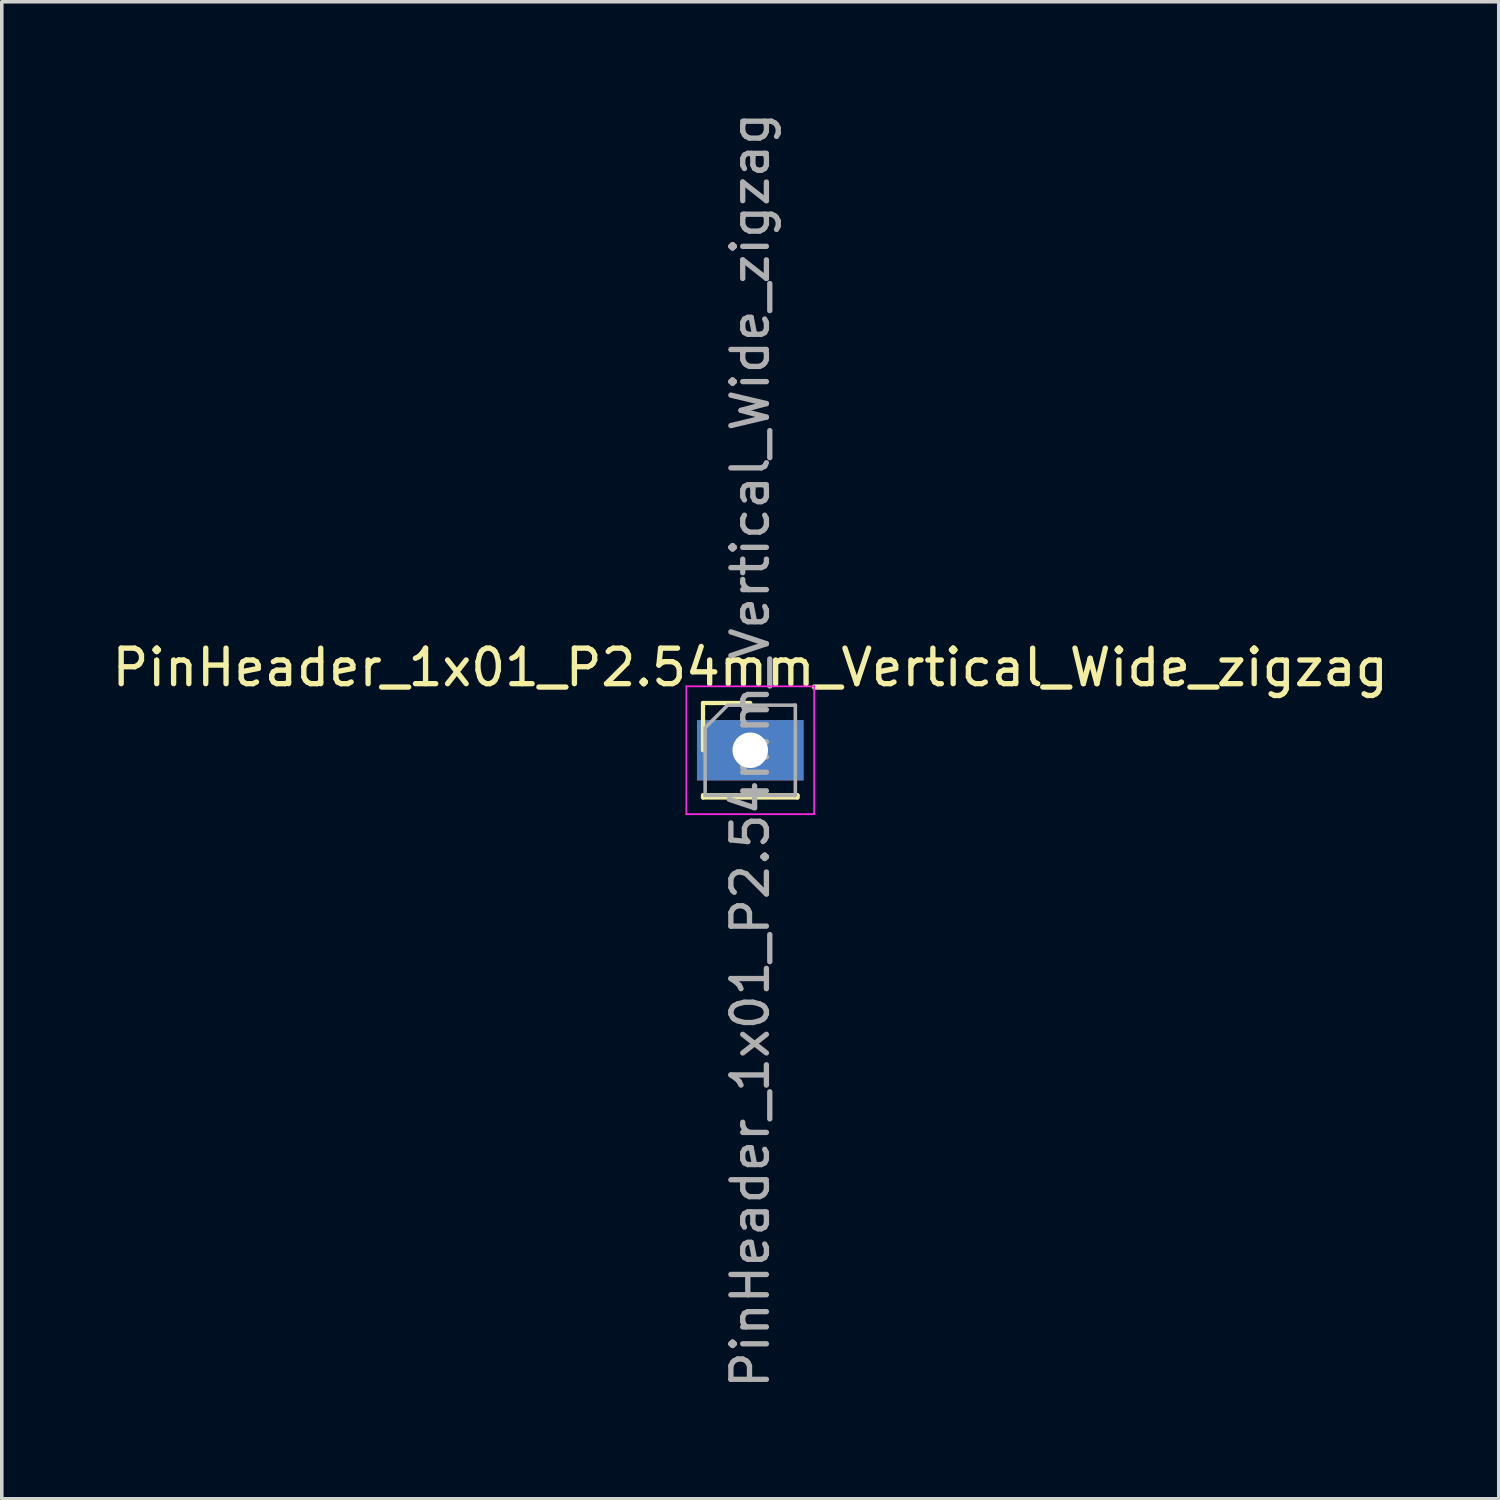
<source format=kicad_pcb>
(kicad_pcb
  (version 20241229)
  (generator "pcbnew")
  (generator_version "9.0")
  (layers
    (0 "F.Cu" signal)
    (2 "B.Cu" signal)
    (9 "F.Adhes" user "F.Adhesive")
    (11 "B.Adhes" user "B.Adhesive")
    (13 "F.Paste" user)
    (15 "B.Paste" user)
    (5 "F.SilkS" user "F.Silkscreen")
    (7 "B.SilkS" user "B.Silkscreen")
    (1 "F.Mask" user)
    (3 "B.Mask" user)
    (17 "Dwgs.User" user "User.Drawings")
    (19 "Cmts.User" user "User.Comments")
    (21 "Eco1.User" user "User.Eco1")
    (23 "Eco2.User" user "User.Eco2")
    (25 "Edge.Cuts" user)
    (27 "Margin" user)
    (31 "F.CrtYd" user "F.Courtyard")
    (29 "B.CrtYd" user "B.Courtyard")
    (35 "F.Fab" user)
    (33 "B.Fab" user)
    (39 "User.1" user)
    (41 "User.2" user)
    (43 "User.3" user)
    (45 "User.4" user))
  (footprint "PinHeader_1x01_P2.54mm_Vertical_Wide_zigzag"
    (layer "F.Cu")
    (at 18.077 18.077)
    (property "Reference" "PinHeader_1x01_P2.54mm_Vertical_Wide_zigzag" (at 0 -2.33 0) (layer "F.SilkS") (effects (font (size 1 1) (thickness 0.15))))
    (attr through_hole)
    (fp_line (start -1.33 -1.33) (end 0 -1.33) (stroke (width 0.12) (type solid)) (layer "F.SilkS"))
    (fp_line (start -1.33 0) (end -1.33 -1.33) (stroke (width 0.12) (type solid)) (layer "F.SilkS"))
    (fp_line (start -1.33 1.27) (end -1.33 1.33) (stroke (width 0.12) (type solid)) (layer "F.SilkS"))
    (fp_line (start -1.33 1.27) (end 1.33 1.27) (stroke (width 0.12) (type solid)) (layer "F.SilkS"))
    (fp_line (start -1.33 1.33) (end 1.33 1.33) (stroke (width 0.12) (type solid)) (layer "F.SilkS"))
    (fp_line (start 1.33 1.27) (end 1.33 1.33) (stroke (width 0.12) (type solid)) (layer "F.SilkS"))
    (fp_line (start -1.8 -1.8) (end -1.8 1.8) (stroke (width 0.05) (type solid)) (layer "F.CrtYd"))
    (fp_line (start -1.8 1.8) (end 1.8 1.8) (stroke (width 0.05) (type solid)) (layer "F.CrtYd"))
    (fp_line (start 1.8 -1.8) (end -1.8 -1.8) (stroke (width 0.05) (type solid)) (layer "F.CrtYd"))
    (fp_line (start 1.8 1.8) (end 1.8 -1.8) (stroke (width 0.05) (type solid)) (layer "F.CrtYd"))
    (fp_line (start -1.27 -0.635) (end -0.635 -1.27) (stroke (width 0.1) (type solid)) (layer "F.Fab"))
    (fp_line (start -1.27 1.27) (end -1.27 -0.635) (stroke (width 0.1) (type solid)) (layer "F.Fab"))
    (fp_line (start -0.635 -1.27) (end 1.27 -1.27) (stroke (width 0.1) (type solid)) (layer "F.Fab"))
    (fp_line (start 1.27 -1.27) (end 1.27 1.27) (stroke (width 0.1) (type solid)) (layer "F.Fab"))
    (fp_line (start 1.27 1.27) (end -1.27 1.27) (stroke (width 0.1) (type solid)) (layer "F.Fab"))
    (fp_text user "${REFERENCE}" (at 0 0 90) (layer "F.Fab") (effects (font (size 1 1) (thickness 0.15))))
    (pad "1" thru_hole rect (at 0 0) (size 3 1.7) (drill 1) (layers "*.Cu" "*.Mask")))
  (gr_rect
    (start -3 -3)
    (end 39.155 39.155)
    (stroke (width 0.1) (type default))
    (fill no)
    (layer "Edge.Cuts")))
</source>
